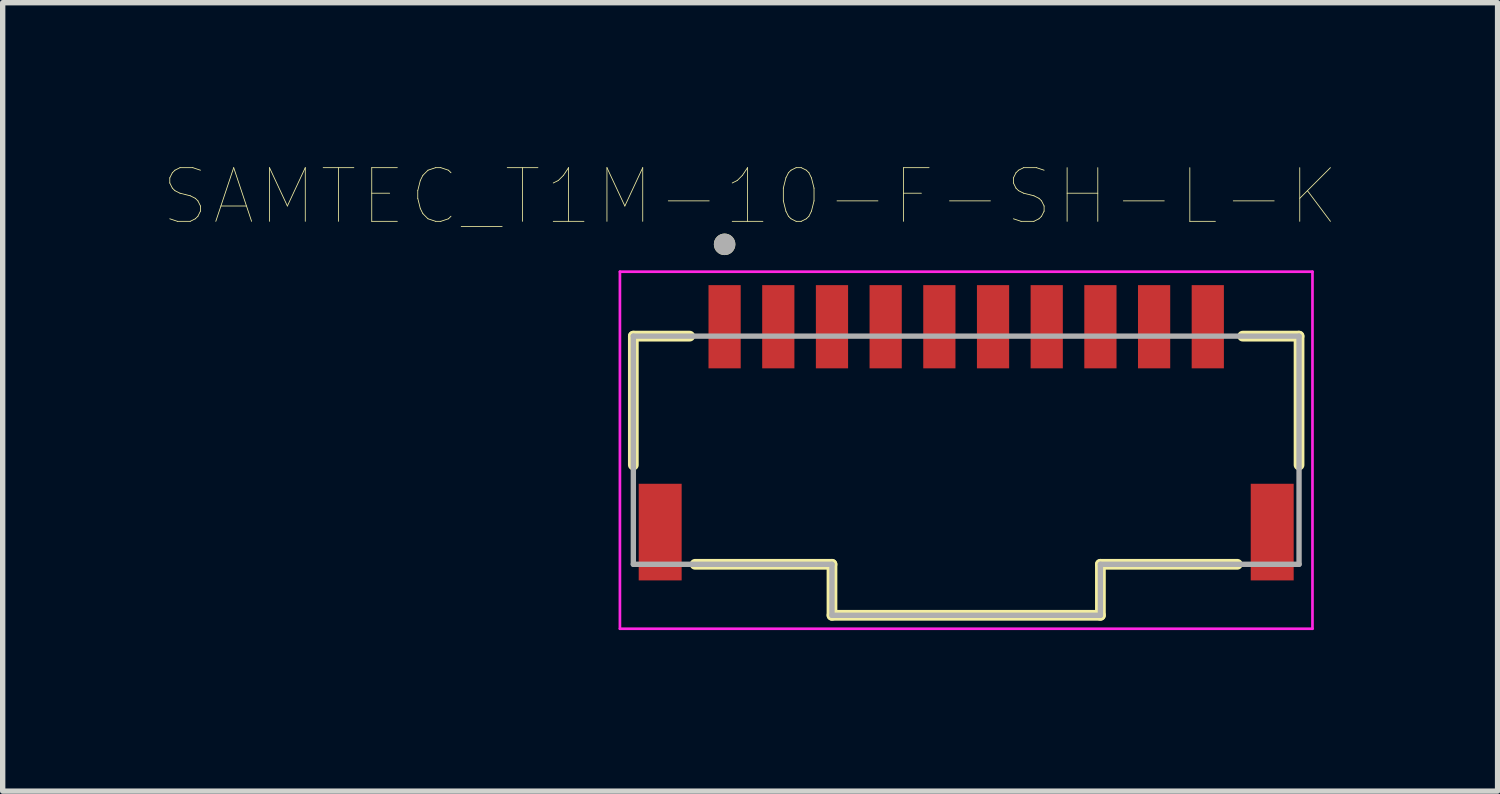
<source format=kicad_pcb>
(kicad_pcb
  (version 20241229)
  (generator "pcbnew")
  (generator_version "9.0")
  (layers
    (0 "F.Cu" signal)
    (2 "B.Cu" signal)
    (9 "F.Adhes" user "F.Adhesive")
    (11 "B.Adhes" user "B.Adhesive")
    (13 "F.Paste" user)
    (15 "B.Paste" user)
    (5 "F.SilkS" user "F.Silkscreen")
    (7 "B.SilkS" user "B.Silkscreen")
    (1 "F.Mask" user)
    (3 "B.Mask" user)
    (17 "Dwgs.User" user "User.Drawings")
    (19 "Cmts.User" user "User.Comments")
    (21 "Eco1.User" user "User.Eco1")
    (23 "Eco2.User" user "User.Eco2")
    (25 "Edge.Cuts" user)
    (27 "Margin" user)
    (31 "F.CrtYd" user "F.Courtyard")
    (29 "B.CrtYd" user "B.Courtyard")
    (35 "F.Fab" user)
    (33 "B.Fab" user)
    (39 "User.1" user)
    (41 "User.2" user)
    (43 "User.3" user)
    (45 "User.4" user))
  (footprint "SAMTEC_T1M-10-F-SH-L-K"
    (layer "F.Cu")
    (at 14.947 3.036)
    (property "Reference" "SAMTEC_T1M-10-F-SH-L-K" (at -4.025 -2.425 0) (layer "F.SilkS") (effects (font (size 1 1) (thickness 0.015))))
    (attr through_hole)
    (fp_line (start -6.2 0.175) (end -6.2 2.575) (stroke (width 0.2) (type solid)) (layer "F.SilkS"))
    (fp_line (start -6.2 0.175) (end -5.15 0.175) (stroke (width 0.2) (type solid)) (layer "F.SilkS"))
    (fp_line (start -5.05 4.425) (end -2.5 4.425) (stroke (width 0.2) (type solid)) (layer "F.SilkS"))
    (fp_line (start -2.5 4.425) (end -2.5 5.375) (stroke (width 0.2) (type solid)) (layer "F.SilkS"))
    (fp_line (start -2.5 5.375) (end 2.5 5.375) (stroke (width 0.2) (type solid)) (layer "F.SilkS"))
    (fp_line (start 2.5 4.425) (end 2.5 5.375) (stroke (width 0.2) (type solid)) (layer "F.SilkS"))
    (fp_line (start 5.05 4.425) (end 2.5 4.425) (stroke (width 0.2) (type solid)) (layer "F.SilkS"))
    (fp_line (start 6.2 0.175) (end 5.15 0.175) (stroke (width 0.2) (type solid)) (layer "F.SilkS"))
    (fp_line (start 6.2 0.175) (end 6.2 2.575) (stroke (width 0.2) (type solid)) (layer "F.SilkS"))
    (fp_circle (center -4.5 -1.535) (end -4.4 -1.535) (stroke (width 0.2) (type solid)) (fill no) (layer "F.SilkS"))
    (fp_line (start -6.45 -1.025) (end 6.45 -1.025) (stroke (width 0.05) (type solid)) (layer "F.CrtYd"))
    (fp_line (start -6.45 5.625) (end -6.45 -1.025) (stroke (width 0.05) (type solid)) (layer "F.CrtYd"))
    (fp_line (start 6.45 -1.025) (end 6.45 5.625) (stroke (width 0.05) (type solid)) (layer "F.CrtYd"))
    (fp_line (start 6.45 5.625) (end -6.45 5.625) (stroke (width 0.05) (type solid)) (layer "F.CrtYd"))
    (fp_line (start -6.2 0.175) (end -6.2 4.425) (stroke (width 0.1) (type solid)) (layer "F.Fab"))
    (fp_line (start -6.2 0.175) (end 6.2 0.175) (stroke (width 0.1) (type solid)) (layer "F.Fab"))
    (fp_line (start -6.2 4.425) (end -2.5 4.425) (stroke (width 0.1) (type solid)) (layer "F.Fab"))
    (fp_line (start -2.5 4.425) (end -2.5 5.375) (stroke (width 0.1) (type solid)) (layer "F.Fab"))
    (fp_line (start -2.5 5.375) (end 2.5 5.375) (stroke (width 0.1) (type solid)) (layer "F.Fab"))
    (fp_line (start 2.5 4.425) (end 2.5 5.375) (stroke (width 0.1) (type solid)) (layer "F.Fab"))
    (fp_line (start 6.2 0.175) (end 6.2 4.425) (stroke (width 0.1) (type solid)) (layer "F.Fab"))
    (fp_line (start 6.2 4.425) (end 2.5 4.425) (stroke (width 0.1) (type solid)) (layer "F.Fab"))
    (fp_circle (center -4.5 -1.535) (end -4.4 -1.535) (stroke (width 0.2) (type solid)) (fill no) (layer "F.Fab"))
    (pad "01" smd rect (at -4.5 0) (size 0.6 1.55) (layers "F.Cu" "F.Mask" "F.Paste"))
    (pad "02" smd rect (at -3.5 0) (size 0.6 1.55) (layers "F.Cu" "F.Mask" "F.Paste"))
    (pad "03" smd rect (at -2.5 0) (size 0.6 1.55) (layers "F.Cu" "F.Mask" "F.Paste"))
    (pad "04" smd rect (at -1.5 0) (size 0.6 1.55) (layers "F.Cu" "F.Mask" "F.Paste"))
    (pad "05" smd rect (at -0.5 0) (size 0.6 1.55) (layers "F.Cu" "F.Mask" "F.Paste"))
    (pad "06" smd rect (at 0.5 0) (size 0.6 1.55) (layers "F.Cu" "F.Mask" "F.Paste"))
    (pad "07" smd rect (at 1.5 0) (size 0.6 1.55) (layers "F.Cu" "F.Mask" "F.Paste"))
    (pad "08" smd rect (at 2.5 0) (size 0.6 1.55) (layers "F.Cu" "F.Mask" "F.Paste"))
    (pad "09" smd rect (at 3.5 0) (size 0.6 1.55) (layers "F.Cu" "F.Mask" "F.Paste"))
    (pad "10" smd rect (at 4.5 0) (size 0.6 1.55) (layers "F.Cu" "F.Mask" "F.Paste"))
    (pad "S1" smd rect (at -5.7 3.825) (size 0.8 1.8) (layers "F.Cu" "F.Mask" "F.Paste"))
    (pad "S2" smd rect (at 5.7 3.825) (size 0.8 1.8) (layers "F.Cu" "F.Mask" "F.Paste")))
  (gr_rect
    (start -3 -3)
    (end 24.845 11.686)
    (stroke (width 0.1) (type default))
    (fill no)
    (layer "Edge.Cuts")))
</source>
